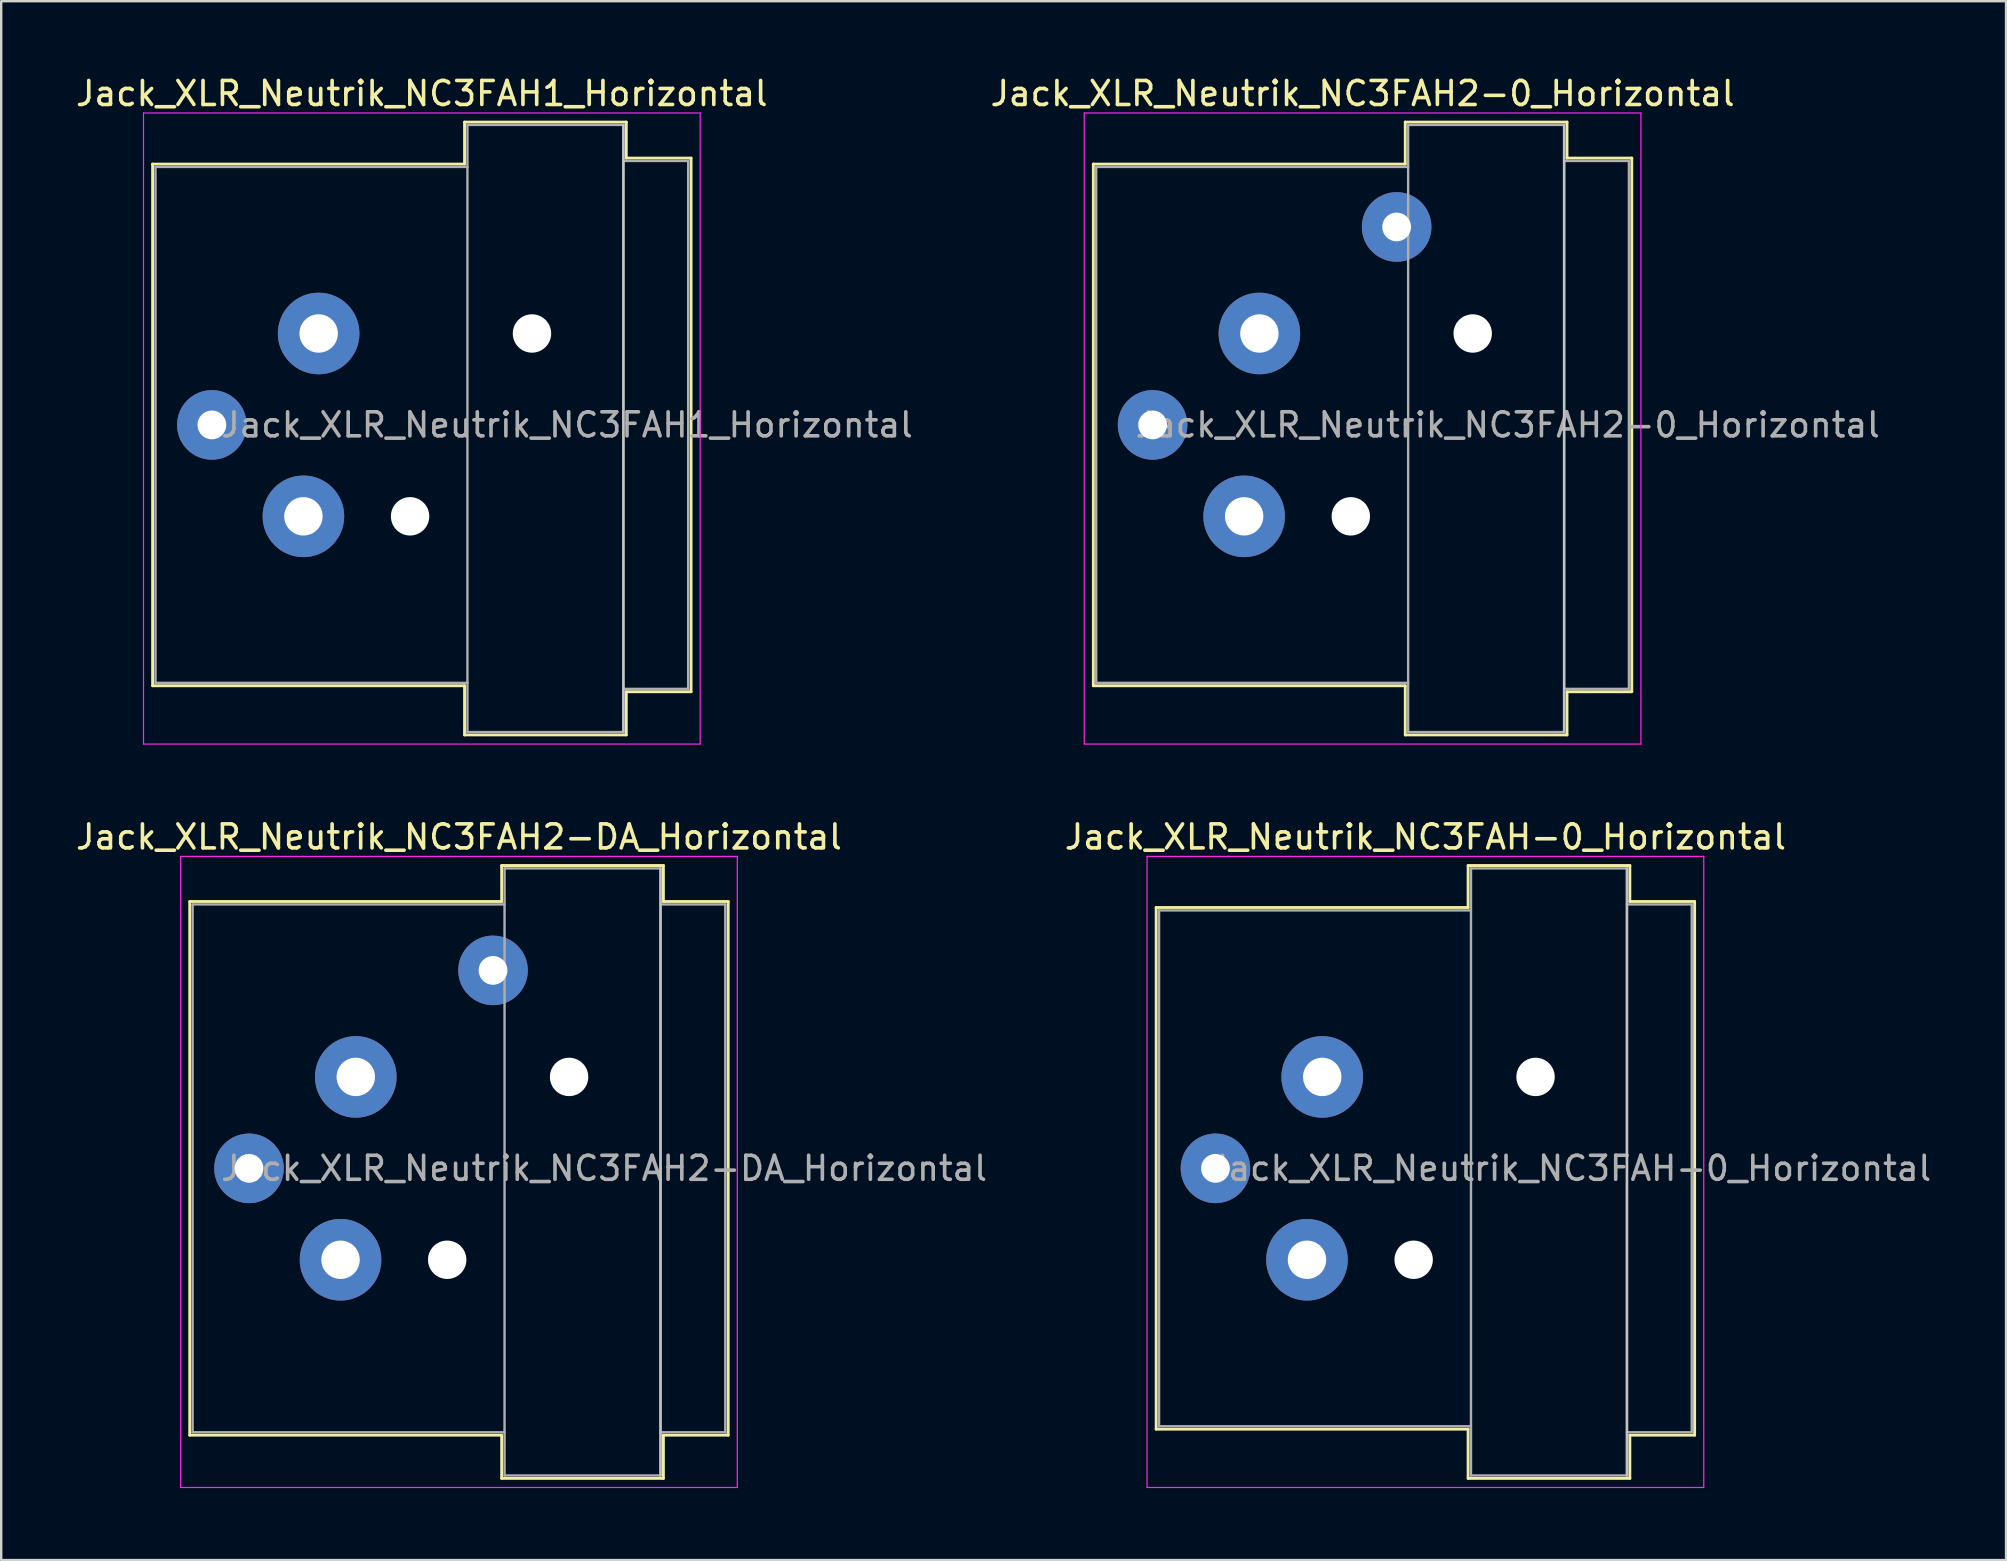
<source format=kicad_pcb>
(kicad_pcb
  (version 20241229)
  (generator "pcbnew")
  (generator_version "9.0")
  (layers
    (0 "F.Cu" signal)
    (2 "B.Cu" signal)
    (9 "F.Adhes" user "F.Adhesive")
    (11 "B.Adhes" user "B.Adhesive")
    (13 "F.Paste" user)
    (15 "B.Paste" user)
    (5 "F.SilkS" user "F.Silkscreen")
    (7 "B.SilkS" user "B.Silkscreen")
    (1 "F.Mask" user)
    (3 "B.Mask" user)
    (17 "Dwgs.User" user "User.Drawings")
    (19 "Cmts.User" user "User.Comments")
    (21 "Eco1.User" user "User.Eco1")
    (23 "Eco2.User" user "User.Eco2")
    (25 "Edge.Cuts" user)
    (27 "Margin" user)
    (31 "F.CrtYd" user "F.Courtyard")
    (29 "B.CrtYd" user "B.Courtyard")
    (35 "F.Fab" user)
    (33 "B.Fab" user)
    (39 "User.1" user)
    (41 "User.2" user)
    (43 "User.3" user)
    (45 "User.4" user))
  (footprint "Jack_XLR_Neutrik_NC3FAH2-DA_Horizontal"
    (layer "F.Cu")
    (at 11.777 41.831)
    (property "Reference" "Jack_XLR_Neutrik_NC3FAH2-DA_Horizontal" (at 4.3 -10 0) (layer "F.SilkS") (effects (font (size 1 1) (thickness 0.15))))
    (attr through_hole)
    (fp_line (start -6.92 -7.31) (end -6.92 14.93) (stroke (width 0.12) (type solid)) (layer "F.SilkS"))
    (fp_line (start 6.08 -7.31) (end -6.92 -7.31) (stroke (width 0.12) (type solid)) (layer "F.SilkS"))
    (fp_line (start 6.08 -7.31) (end 6.08 -8.81) (stroke (width 0.12) (type solid)) (layer "F.SilkS"))
    (fp_line (start 6.08 14.93) (end -6.92 14.93) (stroke (width 0.12) (type solid)) (layer "F.SilkS"))
    (fp_line (start 6.08 16.73) (end 6.08 14.93) (stroke (width 0.12) (type solid)) (layer "F.SilkS"))
    (fp_line (start 12.82 -8.81) (end 6.08 -8.81) (stroke (width 0.12) (type solid)) (layer "F.SilkS"))
    (fp_line (start 12.82 -8.81) (end 12.82 -7.31) (stroke (width 0.12) (type solid)) (layer "F.SilkS"))
    (fp_line (start 12.82 -7.31) (end 15.52 -7.31) (stroke (width 0.12) (type solid)) (layer "F.SilkS"))
    (fp_line (start 12.82 14.93) (end 12.82 16.73) (stroke (width 0.12) (type solid)) (layer "F.SilkS"))
    (fp_line (start 12.82 14.93) (end 15.52 14.93) (stroke (width 0.12) (type solid)) (layer "F.SilkS"))
    (fp_line (start 12.82 16.73) (end 6.08 16.73) (stroke (width 0.12) (type solid)) (layer "F.SilkS"))
    (fp_line (start 15.52 -7.31) (end 15.52 14.93) (stroke (width 0.12) (type solid)) (layer "F.SilkS"))
    (fp_line (start 12.7 -8.69) (end 12.7 16.61) (stroke (width 0.1) (type solid)) (layer "Dwgs.User"))
    (fp_line (start -7.3 -9.19) (end -7.3 17.11) (stroke (width 0.05) (type solid)) (layer "F.CrtYd"))
    (fp_line (start 15.9 -9.19) (end -7.3 -9.19) (stroke (width 0.05) (type solid)) (layer "F.CrtYd"))
    (fp_line (start 15.9 -9.19) (end 15.9 17.11) (stroke (width 0.05) (type solid)) (layer "F.CrtYd"))
    (fp_line (start 15.9 17.11) (end -7.3 17.11) (stroke (width 0.05) (type solid)) (layer "F.CrtYd"))
    (fp_line (start -6.8 -7.19) (end -6.8 14.81) (stroke (width 0.1) (type solid)) (layer "F.Fab"))
    (fp_line (start -6.8 14.81) (end 6.2 14.81) (stroke (width 0.1) (type solid)) (layer "F.Fab"))
    (fp_line (start 6.2 -8.69) (end 12.7 -8.69) (stroke (width 0.1) (type solid)) (layer "F.Fab"))
    (fp_line (start 6.2 -7.19) (end -6.8 -7.19) (stroke (width 0.1) (type solid)) (layer "F.Fab"))
    (fp_line (start 6.2 16.61) (end 6.2 -8.69) (stroke (width 0.1) (type solid)) (layer "F.Fab"))
    (fp_line (start 12.7 -8.69) (end 12.7 16.61) (stroke (width 0.1) (type solid)) (layer "F.Fab"))
    (fp_line (start 12.7 -7.19) (end 15.4 -7.19) (stroke (width 0.1) (type solid)) (layer "F.Fab"))
    (fp_line (start 12.7 16.61) (end 6.2 16.61) (stroke (width 0.1) (type solid)) (layer "F.Fab"))
    (fp_line (start 15.4 -7.19) (end 15.4 14.81) (stroke (width 0.1) (type solid)) (layer "F.Fab"))
    (fp_line (start 15.4 14.81) (end 12.7 14.81) (stroke (width 0.1) (type solid)) (layer "F.Fab"))
    (fp_text user "${REFERENCE}" (at 10.35 3.81 0) (layer "F.Fab") (effects (font (size 1 1) (thickness 0.15))))
    (pad "" np_thru_hole circle (at 3.81 7.62) (size 1.6 1.6) (drill 1.6) (layers "*.Cu" "*.Mask"))
    (pad "" np_thru_hole circle (at 8.89 0) (size 1.6 1.6) (drill 1.6) (layers "*.Cu" "*.Mask"))
    (pad "1" thru_hole circle (at 0 0) (size 3.4 3.4) (drill 1.6) (layers "*.Cu" "*.Mask"))
    (pad "2" thru_hole circle (at -0.635 7.62) (size 3.4 3.4) (drill 1.6) (layers "*.Cu" "*.Mask"))
    (pad "3" thru_hole circle (at -4.45 3.81) (size 2.9 2.9) (drill 1.2) (layers "*.Cu" "*.Mask"))
    (pad "G" thru_hole circle (at 5.72 -4.44) (size 2.9 2.9) (drill 1.2) (layers "*.Cu" "*.Mask")))
  (footprint "Jack_XLR_Neutrik_NC3FAH2-0_Horizontal"
    (layer "F.Cu")
    (at 49.435 10.848)
    (property "Reference" "Jack_XLR_Neutrik_NC3FAH2-0_Horizontal" (at 4.3 -10 0) (layer "F.SilkS") (effects (font (size 1 1) (thickness 0.15))))
    (attr through_hole)
    (fp_line (start -6.92 -7.06) (end -6.92 14.68) (stroke (width 0.12) (type solid)) (layer "F.SilkS"))
    (fp_line (start 6.08 -7.06) (end -6.92 -7.06) (stroke (width 0.12) (type solid)) (layer "F.SilkS"))
    (fp_line (start 6.08 -7.06) (end 6.08 -8.81) (stroke (width 0.12) (type solid)) (layer "F.SilkS"))
    (fp_line (start 6.08 14.68) (end -6.92 14.68) (stroke (width 0.12) (type solid)) (layer "F.SilkS"))
    (fp_line (start 6.08 16.73) (end 6.08 14.68) (stroke (width 0.12) (type solid)) (layer "F.SilkS"))
    (fp_line (start 12.82 -8.81) (end 6.08 -8.81) (stroke (width 0.12) (type solid)) (layer "F.SilkS"))
    (fp_line (start 12.82 -8.81) (end 12.82 -7.31) (stroke (width 0.12) (type solid)) (layer "F.SilkS"))
    (fp_line (start 12.82 -7.31) (end 15.52 -7.31) (stroke (width 0.12) (type solid)) (layer "F.SilkS"))
    (fp_line (start 12.82 14.93) (end 12.82 16.73) (stroke (width 0.12) (type solid)) (layer "F.SilkS"))
    (fp_line (start 12.82 14.93) (end 15.52 14.93) (stroke (width 0.12) (type solid)) (layer "F.SilkS"))
    (fp_line (start 12.82 16.73) (end 6.08 16.73) (stroke (width 0.12) (type solid)) (layer "F.SilkS"))
    (fp_line (start 15.52 -7.31) (end 15.52 14.93) (stroke (width 0.12) (type solid)) (layer "F.SilkS"))
    (fp_line (start 12.7 -8.69) (end 12.7 16.61) (stroke (width 0.1) (type solid)) (layer "Dwgs.User"))
    (fp_line (start -7.3 -9.19) (end -7.3 17.11) (stroke (width 0.05) (type solid)) (layer "F.CrtYd"))
    (fp_line (start 15.9 -9.19) (end -7.3 -9.19) (stroke (width 0.05) (type solid)) (layer "F.CrtYd"))
    (fp_line (start 15.9 -9.19) (end 15.9 17.11) (stroke (width 0.05) (type solid)) (layer "F.CrtYd"))
    (fp_line (start 15.9 17.11) (end -7.3 17.11) (stroke (width 0.05) (type solid)) (layer "F.CrtYd"))
    (fp_line (start -6.8 -6.94) (end -6.8 14.56) (stroke (width 0.1) (type solid)) (layer "F.Fab"))
    (fp_line (start -6.8 14.56) (end 6.2 14.56) (stroke (width 0.1) (type solid)) (layer "F.Fab"))
    (fp_line (start 6.2 -8.69) (end 12.7 -8.69) (stroke (width 0.1) (type solid)) (layer "F.Fab"))
    (fp_line (start 6.2 -6.94) (end -6.8 -6.94) (stroke (width 0.1) (type solid)) (layer "F.Fab"))
    (fp_line (start 6.2 16.61) (end 6.2 -8.69) (stroke (width 0.1) (type solid)) (layer "F.Fab"))
    (fp_line (start 12.7 -8.69) (end 12.7 16.61) (stroke (width 0.1) (type solid)) (layer "F.Fab"))
    (fp_line (start 12.7 -7.19) (end 15.4 -7.19) (stroke (width 0.1) (type solid)) (layer "F.Fab"))
    (fp_line (start 12.7 16.61) (end 6.2 16.61) (stroke (width 0.1) (type solid)) (layer "F.Fab"))
    (fp_line (start 15.4 -7.19) (end 15.4 14.81) (stroke (width 0.1) (type solid)) (layer "F.Fab"))
    (fp_line (start 15.4 14.81) (end 12.7 14.81) (stroke (width 0.1) (type solid)) (layer "F.Fab"))
    (fp_text user "${REFERENCE}" (at 10.35 3.81 0) (layer "F.Fab") (effects (font (size 1 1) (thickness 0.15))))
    (pad "" np_thru_hole circle (at 3.81 7.62) (size 1.6 1.6) (drill 1.6) (layers "*.Cu" "*.Mask"))
    (pad "" np_thru_hole circle (at 8.89 0) (size 1.6 1.6) (drill 1.6) (layers "*.Cu" "*.Mask"))
    (pad "1" thru_hole circle (at 0 0) (size 3.4 3.4) (drill 1.6) (layers "*.Cu" "*.Mask"))
    (pad "2" thru_hole circle (at -0.635 7.62) (size 3.4 3.4) (drill 1.6) (layers "*.Cu" "*.Mask"))
    (pad "3" thru_hole circle (at -4.45 3.81) (size 2.9 2.9) (drill 1.2) (layers "*.Cu" "*.Mask"))
    (pad "G" thru_hole circle (at 5.72 -4.44) (size 2.9 2.9) (drill 1.2) (layers "*.Cu" "*.Mask")))
  (footprint "Jack_XLR_Neutrik_NC3FAH1_Horizontal"
    (layer "F.Cu")
    (at 10.23 10.848)
    (property "Reference" "Jack_XLR_Neutrik_NC3FAH1_Horizontal" (at 4.3 -10 0) (layer "F.SilkS") (effects (font (size 1 1) (thickness 0.15))))
    (attr through_hole)
    (fp_line (start -6.92 -7.06) (end -6.92 14.68) (stroke (width 0.12) (type solid)) (layer "F.SilkS"))
    (fp_line (start 6.08 -7.06) (end -6.92 -7.06) (stroke (width 0.12) (type solid)) (layer "F.SilkS"))
    (fp_line (start 6.08 -7.06) (end 6.08 -8.81) (stroke (width 0.12) (type solid)) (layer "F.SilkS"))
    (fp_line (start 6.08 14.68) (end -6.92 14.68) (stroke (width 0.12) (type solid)) (layer "F.SilkS"))
    (fp_line (start 6.08 16.73) (end 6.08 14.68) (stroke (width 0.12) (type solid)) (layer "F.SilkS"))
    (fp_line (start 12.82 -8.81) (end 6.08 -8.81) (stroke (width 0.12) (type solid)) (layer "F.SilkS"))
    (fp_line (start 12.82 -8.81) (end 12.82 -7.31) (stroke (width 0.12) (type solid)) (layer "F.SilkS"))
    (fp_line (start 12.82 -7.31) (end 15.52 -7.31) (stroke (width 0.12) (type solid)) (layer "F.SilkS"))
    (fp_line (start 12.82 14.93) (end 12.82 16.73) (stroke (width 0.12) (type solid)) (layer "F.SilkS"))
    (fp_line (start 12.82 14.93) (end 15.52 14.93) (stroke (width 0.12) (type solid)) (layer "F.SilkS"))
    (fp_line (start 12.82 16.73) (end 6.08 16.73) (stroke (width 0.12) (type solid)) (layer "F.SilkS"))
    (fp_line (start 15.52 -7.31) (end 15.52 14.93) (stroke (width 0.12) (type solid)) (layer "F.SilkS"))
    (fp_line (start 12.7 -8.69) (end 12.7 16.61) (stroke (width 0.1) (type solid)) (layer "Dwgs.User"))
    (fp_line (start -7.3 -9.19) (end -7.3 17.11) (stroke (width 0.05) (type solid)) (layer "F.CrtYd"))
    (fp_line (start 15.9 -9.19) (end -7.3 -9.19) (stroke (width 0.05) (type solid)) (layer "F.CrtYd"))
    (fp_line (start 15.9 -9.19) (end 15.9 17.11) (stroke (width 0.05) (type solid)) (layer "F.CrtYd"))
    (fp_line (start 15.9 17.11) (end -7.3 17.11) (stroke (width 0.05) (type solid)) (layer "F.CrtYd"))
    (fp_line (start -6.8 -6.94) (end -6.8 14.56) (stroke (width 0.1) (type solid)) (layer "F.Fab"))
    (fp_line (start -6.8 14.56) (end 6.2 14.56) (stroke (width 0.1) (type solid)) (layer "F.Fab"))
    (fp_line (start 6.2 -8.69) (end 12.7 -8.69) (stroke (width 0.1) (type solid)) (layer "F.Fab"))
    (fp_line (start 6.2 -6.94) (end -6.8 -6.94) (stroke (width 0.1) (type solid)) (layer "F.Fab"))
    (fp_line (start 6.2 16.61) (end 6.2 -8.69) (stroke (width 0.1) (type solid)) (layer "F.Fab"))
    (fp_line (start 12.7 -8.69) (end 12.7 16.61) (stroke (width 0.1) (type solid)) (layer "F.Fab"))
    (fp_line (start 12.7 -7.19) (end 15.4 -7.19) (stroke (width 0.1) (type solid)) (layer "F.Fab"))
    (fp_line (start 12.7 16.61) (end 6.2 16.61) (stroke (width 0.1) (type solid)) (layer "F.Fab"))
    (fp_line (start 15.4 -7.19) (end 15.4 14.81) (stroke (width 0.1) (type solid)) (layer "F.Fab"))
    (fp_line (start 15.4 14.81) (end 12.7 14.81) (stroke (width 0.1) (type solid)) (layer "F.Fab"))
    (fp_text user "${REFERENCE}" (at 10.35 3.81 0) (layer "F.Fab") (effects (font (size 1 1) (thickness 0.15))))
    (pad "" np_thru_hole circle (at 3.81 7.62) (size 1.6 1.6) (drill 1.6) (layers "*.Cu" "*.Mask"))
    (pad "" np_thru_hole circle (at 8.89 0) (size 1.6 1.6) (drill 1.6) (layers "*.Cu" "*.Mask"))
    (pad "1" thru_hole circle (at 0 0) (size 3.4 3.4) (drill 1.6) (layers "*.Cu" "*.Mask"))
    (pad "2" thru_hole circle (at -0.635 7.62) (size 3.4 3.4) (drill 1.6) (layers "*.Cu" "*.Mask"))
    (pad "3" thru_hole circle (at -4.45 3.81) (size 2.9 2.9) (drill 1.2) (layers "*.Cu" "*.Mask")))
  (footprint "Jack_XLR_Neutrik_NC3FAH-0_Horizontal"
    (layer "F.Cu")
    (at 52.054 41.831)
    (property "Reference" "Jack_XLR_Neutrik_NC3FAH-0_Horizontal" (at 4.3 -10 0) (layer "F.SilkS") (effects (font (size 1 1) (thickness 0.15))))
    (attr through_hole)
    (fp_line (start -6.92 -7.06) (end -6.92 14.68) (stroke (width 0.12) (type solid)) (layer "F.SilkS"))
    (fp_line (start 6.08 -7.06) (end -6.92 -7.06) (stroke (width 0.12) (type solid)) (layer "F.SilkS"))
    (fp_line (start 6.08 -7.06) (end 6.08 -8.81) (stroke (width 0.12) (type solid)) (layer "F.SilkS"))
    (fp_line (start 6.08 14.68) (end -6.92 14.68) (stroke (width 0.12) (type solid)) (layer "F.SilkS"))
    (fp_line (start 6.08 16.73) (end 6.08 14.68) (stroke (width 0.12) (type solid)) (layer "F.SilkS"))
    (fp_line (start 12.82 -8.81) (end 6.08 -8.81) (stroke (width 0.12) (type solid)) (layer "F.SilkS"))
    (fp_line (start 12.82 -8.81) (end 12.82 -7.31) (stroke (width 0.12) (type solid)) (layer "F.SilkS"))
    (fp_line (start 12.82 -7.31) (end 15.52 -7.31) (stroke (width 0.12) (type solid)) (layer "F.SilkS"))
    (fp_line (start 12.82 14.93) (end 12.82 16.73) (stroke (width 0.12) (type solid)) (layer "F.SilkS"))
    (fp_line (start 12.82 14.93) (end 15.52 14.93) (stroke (width 0.12) (type solid)) (layer "F.SilkS"))
    (fp_line (start 12.82 16.73) (end 6.08 16.73) (stroke (width 0.12) (type solid)) (layer "F.SilkS"))
    (fp_line (start 15.52 -7.31) (end 15.52 14.93) (stroke (width 0.12) (type solid)) (layer "F.SilkS"))
    (fp_line (start 12.7 -8.69) (end 12.7 16.61) (stroke (width 0.1) (type solid)) (layer "Dwgs.User"))
    (fp_line (start -7.3 -9.19) (end -7.3 17.11) (stroke (width 0.05) (type solid)) (layer "F.CrtYd"))
    (fp_line (start 15.9 -9.19) (end -7.3 -9.19) (stroke (width 0.05) (type solid)) (layer "F.CrtYd"))
    (fp_line (start 15.9 -9.19) (end 15.9 17.11) (stroke (width 0.05) (type solid)) (layer "F.CrtYd"))
    (fp_line (start 15.9 17.11) (end -7.3 17.11) (stroke (width 0.05) (type solid)) (layer "F.CrtYd"))
    (fp_line (start -6.8 -6.94) (end -6.8 14.56) (stroke (width 0.1) (type solid)) (layer "F.Fab"))
    (fp_line (start -6.8 14.56) (end 6.2 14.56) (stroke (width 0.1) (type solid)) (layer "F.Fab"))
    (fp_line (start 6.2 -8.69) (end 12.7 -8.69) (stroke (width 0.1) (type solid)) (layer "F.Fab"))
    (fp_line (start 6.2 -6.94) (end -6.8 -6.94) (stroke (width 0.1) (type solid)) (layer "F.Fab"))
    (fp_line (start 6.2 16.61) (end 6.2 -8.69) (stroke (width 0.1) (type solid)) (layer "F.Fab"))
    (fp_line (start 12.7 -8.69) (end 12.7 16.61) (stroke (width 0.1) (type solid)) (layer "F.Fab"))
    (fp_line (start 12.7 -7.19) (end 15.4 -7.19) (stroke (width 0.1) (type solid)) (layer "F.Fab"))
    (fp_line (start 12.7 16.61) (end 6.2 16.61) (stroke (width 0.1) (type solid)) (layer "F.Fab"))
    (fp_line (start 15.4 -7.19) (end 15.4 14.81) (stroke (width 0.1) (type solid)) (layer "F.Fab"))
    (fp_line (start 15.4 14.81) (end 12.7 14.81) (stroke (width 0.1) (type solid)) (layer "F.Fab"))
    (fp_text user "${REFERENCE}" (at 10.35 3.81 0) (layer "F.Fab") (effects (font (size 1 1) (thickness 0.15))))
    (pad "" np_thru_hole circle (at 3.81 7.62) (size 1.6 1.6) (drill 1.6) (layers "*.Cu" "*.Mask"))
    (pad "" np_thru_hole circle (at 8.89 0) (size 1.6 1.6) (drill 1.6) (layers "*.Cu" "*.Mask"))
    (pad "1" thru_hole circle (at 0 0) (size 3.4 3.4) (drill 1.6) (layers "*.Cu" "*.Mask"))
    (pad "2" thru_hole circle (at -0.635 7.62) (size 3.4 3.4) (drill 1.6) (layers "*.Cu" "*.Mask"))
    (pad "3" thru_hole circle (at -4.45 3.81) (size 2.9 2.9) (drill 1.2) (layers "*.Cu" "*.Mask")))
  (gr_rect
    (start -3 -3)
    (end 80.552 61.967)
    (stroke (width 0.1) (type default))
    (fill no)
    (layer "Edge.Cuts")))
</source>
